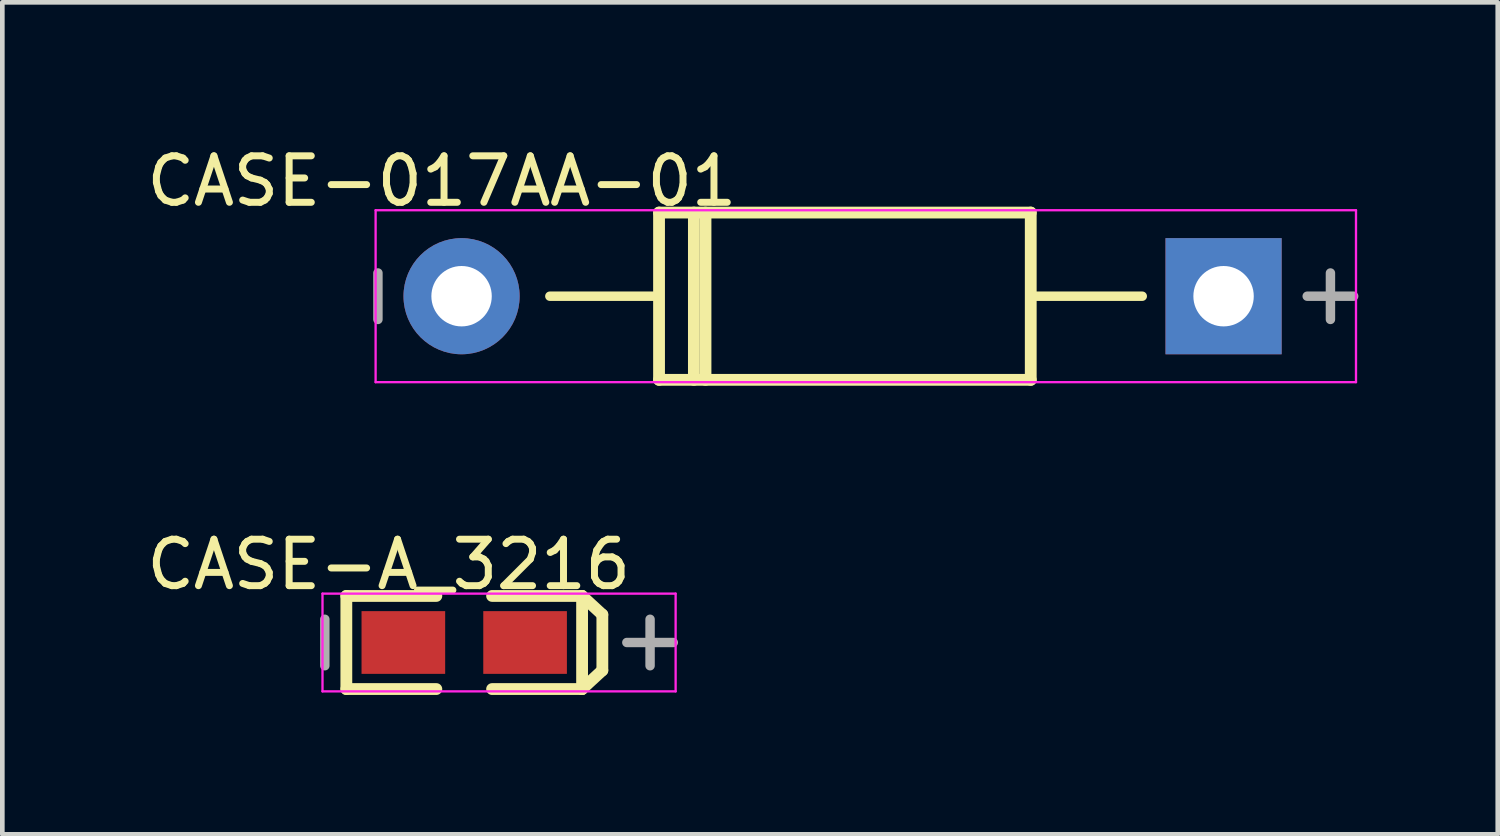
<source format=kicad_pcb>
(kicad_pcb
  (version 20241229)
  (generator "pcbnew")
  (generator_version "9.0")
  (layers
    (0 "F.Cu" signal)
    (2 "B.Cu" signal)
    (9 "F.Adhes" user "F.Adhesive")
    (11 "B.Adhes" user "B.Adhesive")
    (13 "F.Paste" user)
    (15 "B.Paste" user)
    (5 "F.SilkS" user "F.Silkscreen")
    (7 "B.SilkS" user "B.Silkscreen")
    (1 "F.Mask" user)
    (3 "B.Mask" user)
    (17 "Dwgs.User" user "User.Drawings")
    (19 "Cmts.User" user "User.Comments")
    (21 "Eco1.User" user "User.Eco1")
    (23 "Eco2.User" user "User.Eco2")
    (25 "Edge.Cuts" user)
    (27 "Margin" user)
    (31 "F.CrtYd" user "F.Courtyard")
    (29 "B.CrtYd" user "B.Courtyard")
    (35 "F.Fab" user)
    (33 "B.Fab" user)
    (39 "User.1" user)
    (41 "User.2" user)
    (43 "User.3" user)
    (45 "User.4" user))
  (footprint "CASE-A_3216"
    (layer "F.Cu")
    (at 6.941 10.778)
    (property "Reference" "CASE-A_3216" (at -1.625 -1.678 0) (layer "F.SilkS") (effects (font (size 1 1) (thickness 0.15))))
    (attr through_hole)
    (fp_line (start -2.537 -1.002) (end -0.6 -1.002) (stroke (width 0.254) (type solid)) (layer "F.SilkS"))
    (fp_line (start -2.537 1.002) (end -2.537 -1.002) (stroke (width 0.254) (type solid)) (layer "F.SilkS"))
    (fp_line (start -2.537 1.002) (end -0.6 1.002) (stroke (width 0.254) (type solid)) (layer "F.SilkS"))
    (fp_line (start 0.6 -1.002) (end 2.537 -1.002) (stroke (width 0.254) (type solid)) (layer "F.SilkS"))
    (fp_line (start 0.6 1.002) (end 2.537 1.002) (stroke (width 0.254) (type solid)) (layer "F.SilkS"))
    (fp_line (start 2.537 -1.002) (end 2.973 -0.6) (stroke (width 0.254) (type solid)) (layer "F.SilkS"))
    (fp_line (start 2.537 1.002) (end 2.537 -1.002) (stroke (width 0.254) (type solid)) (layer "F.SilkS"))
    (fp_line (start 2.537 1.002) (end 2.973 0.6) (stroke (width 0.254) (type solid)) (layer "F.SilkS"))
    (fp_line (start 2.973 0.6) (end 2.973 -0.6) (stroke (width 0.254) (type solid)) (layer "F.SilkS"))
    (fp_line (start -3.05 -1.052) (end 4.55 -1.052) (stroke (width 0.05) (type solid)) (layer "F.CrtYd"))
    (fp_line (start -3.05 1.052) (end -3.05 -1.052) (stroke (width 0.05) (type solid)) (layer "F.CrtYd"))
    (fp_line (start 4.55 -1.052) (end 4.55 1.052) (stroke (width 0.05) (type solid)) (layer "F.CrtYd"))
    (fp_line (start 4.55 1.052) (end -3.05 1.052) (stroke (width 0.05) (type solid)) (layer "F.CrtYd"))
    (fp_line (start -3 0.5) (end -3 -0.5) (stroke (width 0.203) (type solid)) (layer "F.Fab"))
    (fp_line (start 3.5 0) (end 4.5 0) (stroke (width 0.203) (type solid)) (layer "F.Fab"))
    (fp_line (start 4 0.5) (end 4 -0.5) (stroke (width 0.203) (type solid)) (layer "F.Fab"))
    (pad "1" smd rect (at 1.31 0 180) (size 1.8 1.35) (layers "F.Cu" "F.Mask" "F.Paste"))
    (pad "2" smd rect (at -1.31 0 180) (size 1.8 1.35) (layers "F.Cu" "F.Mask" "F.Paste")))
  (footprint "CASE-017AA-01"
    (layer "F.Cu")
    (at 15.084 3.325)
    (property "Reference" "CASE-017AA-01" (at -8.625 -2.476 0) (layer "F.SilkS") (effects (font (size 1 1) (thickness 0.15))))
    (attr through_hole)
    (fp_line (start -6.3 0) (end -3.95 0) (stroke (width 0.203) (type solid)) (layer "F.SilkS"))
    (fp_line (start -3.95 -1.8) (end 4.05 -1.8) (stroke (width 0.254) (type solid)) (layer "F.SilkS"))
    (fp_line (start -3.95 1.8) (end -3.95 -1.8) (stroke (width 0.254) (type solid)) (layer "F.SilkS"))
    (fp_line (start -3.95 1.8) (end 4.05 1.8) (stroke (width 0.254) (type solid)) (layer "F.SilkS"))
    (fp_line (start -3.2 1.8) (end -3.2 -1.8) (stroke (width 0.254) (type solid)) (layer "F.SilkS"))
    (fp_line (start -2.95 1.8) (end -2.95 -1.8) (stroke (width 0.254) (type solid)) (layer "F.SilkS"))
    (fp_line (start 4.05 1.8) (end 4.05 -1.8) (stroke (width 0.254) (type solid)) (layer "F.SilkS"))
    (fp_line (start 4.1 0) (end 6.45 0) (stroke (width 0.203) (type solid)) (layer "F.SilkS"))
    (fp_line (start -10.05 -1.85) (end 11.05 -1.85) (stroke (width 0.05) (type solid)) (layer "F.CrtYd"))
    (fp_line (start -10.05 1.85) (end -10.05 -1.85) (stroke (width 0.05) (type solid)) (layer "F.CrtYd"))
    (fp_line (start 11.05 -1.85) (end 11.05 1.85) (stroke (width 0.05) (type solid)) (layer "F.CrtYd"))
    (fp_line (start 11.05 1.85) (end -10.05 1.85) (stroke (width 0.05) (type solid)) (layer "F.CrtYd"))
    (fp_line (start -10 0.5) (end -10 -0.5) (stroke (width 0.203) (type solid)) (layer "F.Fab"))
    (fp_line (start 10 0) (end 11 0) (stroke (width 0.203) (type solid)) (layer "F.Fab"))
    (fp_line (start 10.5 0.5) (end 10.5 -0.5) (stroke (width 0.203) (type solid)) (layer "F.Fab"))
    (pad "1" thru_hole rect (at 8.2 0) (size 2.5 2.5) (drill 1.3) (layers "*.Cu" "*.Mask"))
    (pad "2" thru_hole oval (at -8.2 0) (size 2.5 2.5) (drill 1.3) (layers "*.Cu" "*.Mask")))
  (gr_rect
    (start -3 -3)
    (end 29.185 14.907)
    (stroke (width 0.1) (type default))
    (fill no)
    (layer "Edge.Cuts")))
</source>
